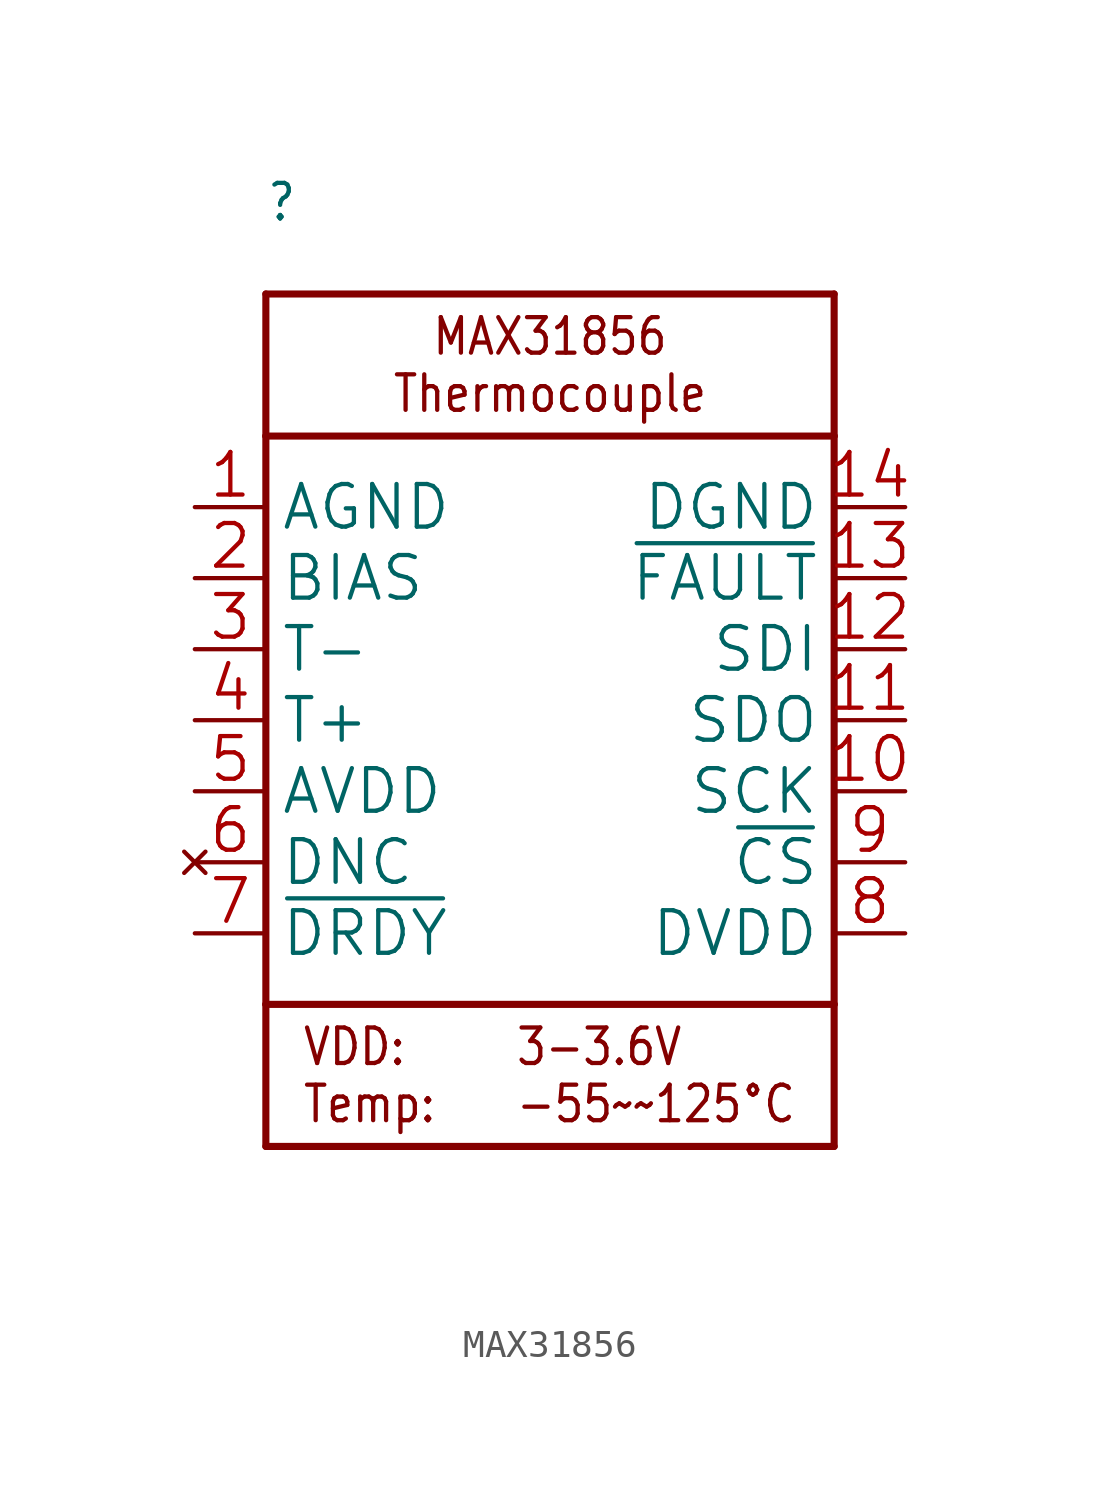
<source format=kicad_sym>
(kicad_symbol_lib
  (version 20241209)
  (generator "kicad_symbol_editor")
  (generator_version "9.0")
  (symbol "MAX31856"
    (property "Reference" ""
      (at -10.16 17.78 0)
      (effects (font (size 1.27 1.079)) (justify left bottom)))
    (property "Value" ""
      (at -10.16 -17.78 0)
      (effects (font (size 1.27 1.079)) (justify left bottom)))
    (property "ki_locked" ""
      (at 0 0 0)
      (effects (font (size 1.27 1.27))))
    (symbol "MAX31856_1_0"
      (polyline (pts (xy -10.16 15.24) (xy 10.16 15.24)) (stroke (width 0.254) (type solid)) (fill (type none)))
      (polyline (pts (xy -10.16 10.16) (xy -10.16 15.24)) (stroke (width 0.254) (type solid)) (fill (type none)))
      (polyline (pts (xy -10.16 10.16) (xy 10.16 10.16)) (stroke (width 0.254) (type solid)) (fill (type none)))
      (polyline (pts (xy -10.16 -10.16) (xy -10.16 10.16)) (stroke (width 0.254) (type solid)) (fill (type none)))
      (polyline (pts (xy -10.16 -10.16) (xy -10.16 -15.24)) (stroke (width 0.254) (type solid)) (fill (type none)))
      (polyline (pts (xy -10.16 -15.24) (xy 10.16 -15.24)) (stroke (width 0.254) (type solid)) (fill (type none)))
      (polyline (pts (xy 10.16 15.24) (xy 10.16 10.16)) (stroke (width 0.254) (type solid)) (fill (type none)))
      (polyline (pts (xy 10.16 10.16) (xy 10.16 -10.16)) (stroke (width 0.254) (type solid)) (fill (type none)))
      (polyline (pts (xy 10.16 -10.16) (xy -10.16 -10.16)) (stroke (width 0.254) (type solid)) (fill (type none)))
      (polyline (pts (xy 10.16 -15.24) (xy 10.16 -10.16)) (stroke (width 0.254) (type solid)) (fill (type none)))
      (text "VDD:\nTemp:" (at -8.89 -12.7 0) (effects (font (size 1.27 1.079)) (justify left)))
      (text "3-3.6V\n-55~~125°C" (at -1.27 -12.7 0) (effects (font (size 1.27 1.079)) (justify left)))
      (text "MAX31856\nThermocouple" (at 0 12.7 0) (effects (font (size 1.27 1.079))))
      (pin power_in line (at -12.7 7.62 0) (length 2.54) (name "AGND" (effects (font (size 1.524 1.524)))) (number "1" (effects (font (size 1.524 1.524)))))
      (pin power_in line (at -12.7 5.08 0) (length 2.54) (name "BIAS" (effects (font (size 1.524 1.524)))) (number "2" (effects (font (size 1.524 1.524)))))
      (pin input line (at -12.7 2.54 0) (length 2.54) (name "T-" (effects (font (size 1.524 1.524)))) (number "3" (effects (font (size 1.524 1.524)))))
      (pin input line (at -12.7 0 0) (length 2.54) (name "T+" (effects (font (size 1.524 1.524)))) (number "4" (effects (font (size 1.524 1.524)))))
      (pin power_in line (at -12.7 -2.54 0) (length 2.54) (name "AVDD" (effects (font (size 1.524 1.524)))) (number "5" (effects (font (size 1.524 1.524)))))
      (pin no_connect line (at -12.7 -5.08 0) (length 2.54) (name "DNC" (effects (font (size 1.524 1.524)))) (number "6" (effects (font (size 1.524 1.524)))))
      (pin output line (at -12.7 -7.62 0) (length 2.54) (name "~{DRDY}" (effects (font (size 1.524 1.524)))) (number "7" (effects (font (size 1.524 1.524)))))
      (pin power_in line (at 12.7 7.62 180) (length 2.54) (name "DGND" (effects (font (size 1.524 1.524)))) (number "14" (effects (font (size 1.524 1.524)))))
      (pin output line (at 12.7 5.08 180) (length 2.54) (name "~{FAULT}" (effects (font (size 1.524 1.524)))) (number "13" (effects (font (size 1.524 1.524)))))
      (pin input line (at 12.7 2.54 180) (length 2.54) (name "SDI" (effects (font (size 1.524 1.524)))) (number "12" (effects (font (size 1.524 1.524)))))
      (pin output line (at 12.7 0 180) (length 2.54) (name "SDO" (effects (font (size 1.524 1.524)))) (number "11" (effects (font (size 1.524 1.524)))))
      (pin input line (at 12.7 -2.54 180) (length 2.54) (name "SCK" (effects (font (size 1.524 1.524)))) (number "10" (effects (font (size 1.524 1.524)))))
      (pin input line (at 12.7 -5.08 180) (length 2.54) (name "~{CS}" (effects (font (size 1.524 1.524)))) (number "9" (effects (font (size 1.524 1.524)))))
      (pin power_in line (at 12.7 -7.62 180) (length 2.54) (name "DVDD" (effects (font (size 1.524 1.524)))) (number "8" (effects (font (size 1.524 1.524))))))))
</source>
